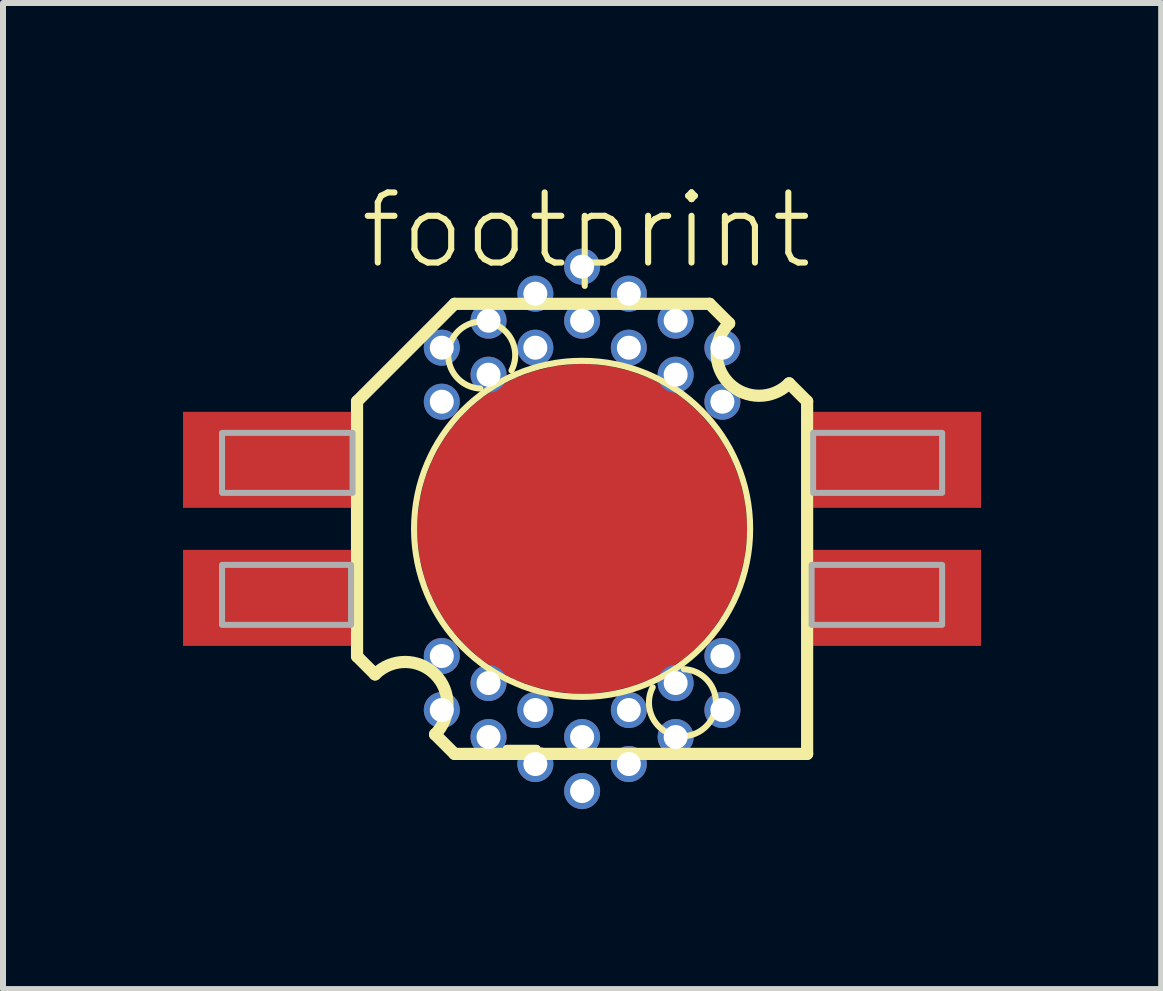
<source format=kicad_pcb>
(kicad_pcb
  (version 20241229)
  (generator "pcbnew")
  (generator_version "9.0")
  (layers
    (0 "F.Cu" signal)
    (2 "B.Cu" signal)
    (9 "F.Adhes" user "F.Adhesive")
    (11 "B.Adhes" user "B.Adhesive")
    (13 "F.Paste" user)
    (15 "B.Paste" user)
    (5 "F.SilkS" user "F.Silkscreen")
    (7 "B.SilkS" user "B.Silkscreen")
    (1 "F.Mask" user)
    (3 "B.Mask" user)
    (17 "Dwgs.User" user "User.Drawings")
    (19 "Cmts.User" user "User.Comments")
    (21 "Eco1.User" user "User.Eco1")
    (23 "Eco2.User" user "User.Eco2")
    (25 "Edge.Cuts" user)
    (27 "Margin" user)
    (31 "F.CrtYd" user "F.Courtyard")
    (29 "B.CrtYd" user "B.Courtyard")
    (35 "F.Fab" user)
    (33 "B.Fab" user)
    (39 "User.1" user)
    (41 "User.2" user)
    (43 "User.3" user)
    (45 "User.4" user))
  (footprint "footprint"
    (layer "F.Cu")
    (at 6.65 5.763)
    (property "Reference" "footprint" (at -3.75 -4.29 0) (layer "F.SilkS") (effects (font (size 1.168 1.168) (thickness 0.102)) (justify left bottom)))
    (fp_circle (center -2.338 -3.019) (end -2.188 -3.019) (stroke (width 0.3) (type solid)) (fill yes) (layer "F.Mask"))
    (fp_circle (center -2.338 -2.119) (end -2.188 -2.119) (stroke (width 0.3) (type solid)) (fill yes) (layer "F.Mask"))
    (fp_circle (center -2.338 2.119) (end -2.188 2.119) (stroke (width 0.3) (type solid)) (fill yes) (layer "F.Mask"))
    (fp_circle (center -2.338 3.019) (end -2.188 3.019) (stroke (width 0.3) (type solid)) (fill yes) (layer "F.Mask"))
    (fp_circle (center -1.559 -3.469) (end -1.409 -3.469) (stroke (width 0.3) (type solid)) (fill yes) (layer "F.Mask"))
    (fp_circle (center -1.559 -2.569) (end -1.409 -2.569) (stroke (width 0.3) (type solid)) (fill yes) (layer "F.Mask"))
    (fp_circle (center -1.559 2.569) (end -1.409 2.569) (stroke (width 0.3) (type solid)) (fill yes) (layer "F.Mask"))
    (fp_circle (center -1.559 3.469) (end -1.409 3.469) (stroke (width 0.3) (type solid)) (fill yes) (layer "F.Mask"))
    (fp_circle (center -0.779 -3.919) (end -0.629 -3.919) (stroke (width 0.3) (type solid)) (fill yes) (layer "F.Mask"))
    (fp_circle (center -0.779 -3.019) (end -0.629 -3.019) (stroke (width 0.3) (type solid)) (fill yes) (layer "F.Mask"))
    (fp_circle (center -0.779 3.019) (end -0.629 3.019) (stroke (width 0.3) (type solid)) (fill yes) (layer "F.Mask"))
    (fp_circle (center -0.779 3.919) (end -0.629 3.919) (stroke (width 0.3) (type solid)) (fill yes) (layer "F.Mask"))
    (fp_circle (center 0.0001 -4.369) (end 0.15 -4.369) (stroke (width 0.3) (type solid)) (fill yes) (layer "F.Mask"))
    (fp_circle (center 0.0001 -3.469) (end 0.15 -3.469) (stroke (width 0.3) (type solid)) (fill yes) (layer "F.Mask"))
    (fp_circle (center 0.0001 3.469) (end 0.15 3.469) (stroke (width 0.3) (type solid)) (fill yes) (layer "F.Mask"))
    (fp_circle (center 0.0001 4.369) (end 0.15 4.369) (stroke (width 0.3) (type solid)) (fill yes) (layer "F.Mask"))
    (fp_circle (center 0.779 -3.919) (end 0.929 -3.919) (stroke (width 0.3) (type solid)) (fill yes) (layer "F.Mask"))
    (fp_circle (center 0.779 -3.019) (end 0.929 -3.019) (stroke (width 0.3) (type solid)) (fill yes) (layer "F.Mask"))
    (fp_circle (center 0.779 3.019) (end 0.929 3.019) (stroke (width 0.3) (type solid)) (fill yes) (layer "F.Mask"))
    (fp_circle (center 0.779 3.919) (end 0.929 3.919) (stroke (width 0.3) (type solid)) (fill yes) (layer "F.Mask"))
    (fp_circle (center 1.559 -3.469) (end 1.709 -3.469) (stroke (width 0.3) (type solid)) (fill yes) (layer "F.Mask"))
    (fp_circle (center 1.559 -2.569) (end 1.709 -2.569) (stroke (width 0.3) (type solid)) (fill yes) (layer "F.Mask"))
    (fp_circle (center 1.559 2.569) (end 1.709 2.569) (stroke (width 0.3) (type solid)) (fill yes) (layer "F.Mask"))
    (fp_circle (center 1.559 3.469) (end 1.709 3.469) (stroke (width 0.3) (type solid)) (fill yes) (layer "F.Mask"))
    (fp_circle (center 2.338 -3.019) (end 2.488 -3.019) (stroke (width 0.3) (type solid)) (fill yes) (layer "F.Mask"))
    (fp_circle (center 2.338 -2.119) (end 2.488 -2.119) (stroke (width 0.3) (type solid)) (fill yes) (layer "F.Mask"))
    (fp_circle (center 2.338 2.119) (end 2.488 2.119) (stroke (width 0.3) (type solid)) (fill yes) (layer "F.Mask"))
    (fp_circle (center 2.338 3.019) (end 2.488 3.019) (stroke (width 0.3) (type solid)) (fill yes) (layer "F.Mask"))
    (fp_poly (pts (xy 2.424 -1.525) (xy 2.527 -1.353) (xy 2.527 1.459) (xy 0.000126 2.917) (xy -2.424 1.525) (xy -2.527 1.353) (xy -2.527 -1.459) (xy -0.077 -2.877) (xy 0.077 -2.877)) (stroke (width 0) (type solid)) (fill yes) (layer "F.Mask"))
    (fp_line (start -3.75 -2.125) (end -3.75 2.125) (stroke (width 0.203) (type solid)) (layer "F.SilkS"))
    (fp_line (start -3.75 2.125) (end -3.45 2.425) (stroke (width 0.203) (type solid)) (layer "F.SilkS"))
    (fp_line (start -2.45 3.425) (end -2.125 3.75) (stroke (width 0.203) (type solid)) (layer "F.SilkS"))
    (fp_line (start -2.125 -3.75) (end -3.75 -2.125) (stroke (width 0.203) (type solid)) (layer "F.SilkS"))
    (fp_line (start -2.125 3.75) (end 3.75 3.75) (stroke (width 0.203) (type solid)) (layer "F.SilkS"))
    (fp_line (start -1.256 3.66) (end -0.756 3.66) (stroke (width 0.12) (type solid)) (layer "F.SilkS"))
    (fp_line (start -1.256 3.66) (end -0.756 3.66) (stroke (width 0.12) (type solid)) (layer "F.SilkS"))
    (fp_line (start 2.125 -3.75) (end -2.125 -3.75) (stroke (width 0.203) (type solid)) (layer "F.SilkS"))
    (fp_line (start 2.45 -3.425) (end 2.125 -3.75) (stroke (width 0.203) (type solid)) (layer "F.SilkS"))
    (fp_line (start 3.75 -2.125) (end 3.45 -2.425) (stroke (width 0.203) (type solid)) (layer "F.SilkS"))
    (fp_line (start 3.75 3.75) (end 3.75 -2.125) (stroke (width 0.203) (type solid)) (layer "F.SilkS"))
    (fp_arc (start -3.449998 2.424998) (mid -2.449398 2.4244) (end -2.45 3.425) (stroke (width 0.2032) (type solid)) (layer "F.SilkS"))
    (fp_arc (start -1.697699 -2.3388) (mid -1.951264 -3.379595) (end -1.1766 -2.6397) (stroke (width 0.1016) (type solid)) (layer "F.SilkS"))
    (fp_arc (start 1.697699 2.3387) (mid 1.951478 3.379863) (end 1.1766 2.6396) (stroke (width 0.1016) (type solid)) (layer "F.SilkS"))
    (fp_arc (start 3.449998 -2.424998) (mid 2.449398 -2.4244) (end 2.45 -3.425) (stroke (width 0.2032) (type solid)) (layer "F.SilkS"))
    (fp_circle (center 0 0) (end 2.8 0) (stroke (width 0.102) (type solid)) (fill no) (layer "F.SilkS"))
    (fp_poly (pts (xy -6.25 -0.5) (xy -4.25 -0.5) (xy -4.25 -1.75) (xy -6.25 -1.75)) (stroke (width 0) (type solid)) (fill yes) (layer "F.Paste"))
    (fp_poly (pts (xy -6.25 1.75) (xy -4.25 1.75) (xy -4.25 0.5) (xy -6.25 0.5)) (stroke (width 0) (type solid)) (fill yes) (layer "F.Paste"))
    (fp_poly (pts (xy 2.424 -1.525) (xy 2.527 -1.353) (xy 2.527 1.459) (xy 0.000126 2.917) (xy -2.424 1.525) (xy -2.527 1.353) (xy -2.527 -1.459) (xy -0.077 -2.877) (xy 0.077 -2.877)) (stroke (width 0) (type solid)) (fill yes) (layer "F.Paste"))
    (fp_poly (pts (xy -6 -0.6) (xy -3.825 -0.6) (xy -3.825 -1.6) (xy -6 -1.6)) (stroke (width 0.1) (type solid)) (fill no) (layer "F.Fab"))
    (fp_poly (pts (xy -6 1.6) (xy -3.85 1.6) (xy -3.85 0.6) (xy -6 0.6)) (stroke (width 0.1) (type solid)) (fill no) (layer "F.Fab"))
    (fp_poly (pts (xy 6 -1.6) (xy 3.85 -1.6) (xy 3.85 -0.6) (xy 6 -0.6)) (stroke (width 0.1) (type solid)) (fill no) (layer "F.Fab"))
    (fp_poly (pts (xy 6 0.6) (xy 3.825 0.6) (xy 3.825 1.6) (xy 6 1.6)) (stroke (width 0.1) (type solid)) (fill no) (layer "F.Fab"))
    (pad "1" smd rect (at -5.25 -1.15) (size 2.8 1.6) (layers "F.Cu" "F.Mask"))
    (pad "2" smd rect (at -5.25 1.15) (size 2.8 1.6) (layers "F.Cu" "F.Mask"))
    (pad "3" smd rect (at 5.25 1.15) (size 2.8 1.6) (layers "F.Cu" "F.Mask"))
    (pad "4" smd rect (at 5.25 -1.15) (size 2.8 1.6) (layers "F.Cu" "F.Mask"))
    (pad "TH" smd roundrect (at 0 0) (size 5.5 5.5) (layers "F.Cu") (roundrect_rratio 0.5))
    (pad "TH@1" thru_hole circle (at 2.338 -2.119) (size 0.6 0.6) (drill 0.4) (layers "*.Cu"))
    (pad "TH@2" thru_hole circle (at 2.338 -3.019) (size 0.6 0.6) (drill 0.4) (layers "*.Cu"))
    (pad "TH@3" thru_hole circle (at 1.559 -2.569) (size 0.6 0.6) (drill 0.4) (layers "*.Cu"))
    (pad "TH@4" thru_hole circle (at 1.559 -3.469) (size 0.6 0.6) (drill 0.4) (layers "*.Cu"))
    (pad "TH@5" thru_hole circle (at 0.779 -3.019) (size 0.6 0.6) (drill 0.4) (layers "*.Cu"))
    (pad "TH@6" thru_hole circle (at 0.779 -3.919) (size 0.6 0.6) (drill 0.4) (layers "*.Cu"))
    (pad "TH@7" thru_hole circle (at 0.0001 -3.469) (size 0.6 0.6) (drill 0.4) (layers "*.Cu"))
    (pad "TH@8" thru_hole circle (at 0.0001 -4.369) (size 0.6 0.6) (drill 0.4) (layers "*.Cu"))
    (pad "TH@9" thru_hole circle (at -0.779 -3.919) (size 0.6 0.6) (drill 0.4) (layers "*.Cu"))
    (pad "TH@10" thru_hole circle (at -0.779 -3.019) (size 0.6 0.6) (drill 0.4) (layers "*.Cu"))
    (pad "TH@11" thru_hole circle (at -1.559 -2.569) (size 0.6 0.6) (drill 0.4) (layers "*.Cu"))
    (pad "TH@12" thru_hole circle (at -1.559 -3.469) (size 0.6 0.6) (drill 0.4) (layers "*.Cu"))
    (pad "TH@13" thru_hole circle (at 2.338 2.119) (size 0.6 0.6) (drill 0.4) (layers "*.Cu"))
    (pad "TH@14" thru_hole circle (at 2.338 3.019) (size 0.6 0.6) (drill 0.4) (layers "*.Cu"))
    (pad "TH@15" thru_hole circle (at 1.559 2.569) (size 0.6 0.6) (drill 0.4) (layers "*.Cu"))
    (pad "TH@16" thru_hole circle (at 1.559 3.469) (size 0.6 0.6) (drill 0.4) (layers "*.Cu"))
    (pad "TH@17" thru_hole circle (at 0.779 3.019) (size 0.6 0.6) (drill 0.4) (layers "*.Cu"))
    (pad "TH@18" thru_hole circle (at 0.779 3.919) (size 0.6 0.6) (drill 0.4) (layers "*.Cu"))
    (pad "TH@19" thru_hole circle (at 0.0001 3.469) (size 0.6 0.6) (drill 0.4) (layers "*.Cu"))
    (pad "TH@20" thru_hole circle (at 0.0001 4.369) (size 0.6 0.6) (drill 0.4) (layers "*.Cu"))
    (pad "TH@21" thru_hole circle (at -0.779 3.919) (size 0.6 0.6) (drill 0.4) (layers "*.Cu"))
    (pad "TH@22" thru_hole circle (at -0.779 3.019) (size 0.6 0.6) (drill 0.4) (layers "*.Cu"))
    (pad "TH@23" thru_hole circle (at -1.559 3.469) (size 0.6 0.6) (drill 0.4) (layers "*.Cu"))
    (pad "TH@24" thru_hole circle (at -2.338 3.019) (size 0.6 0.6) (drill 0.4) (layers "*.Cu"))
    (pad "TH@25" thru_hole circle (at -1.559 2.569) (size 0.6 0.6) (drill 0.4) (layers "*.Cu"))
    (pad "TH@26" thru_hole circle (at -2.338 2.119) (size 0.6 0.6) (drill 0.4) (layers "*.Cu"))
    (pad "TH@27" thru_hole circle (at -2.338 -2.119) (size 0.6 0.6) (drill 0.4) (layers "*.Cu"))
    (pad "TH@28" thru_hole circle (at -2.338 -3.019) (size 0.6 0.6) (drill 0.4) (layers "*.Cu")))
  (gr_rect
    (start -3 -3)
    (end 16.3 13.432)
    (stroke (width 0.1) (type default))
    (fill no)
    (layer "Edge.Cuts")))
</source>
